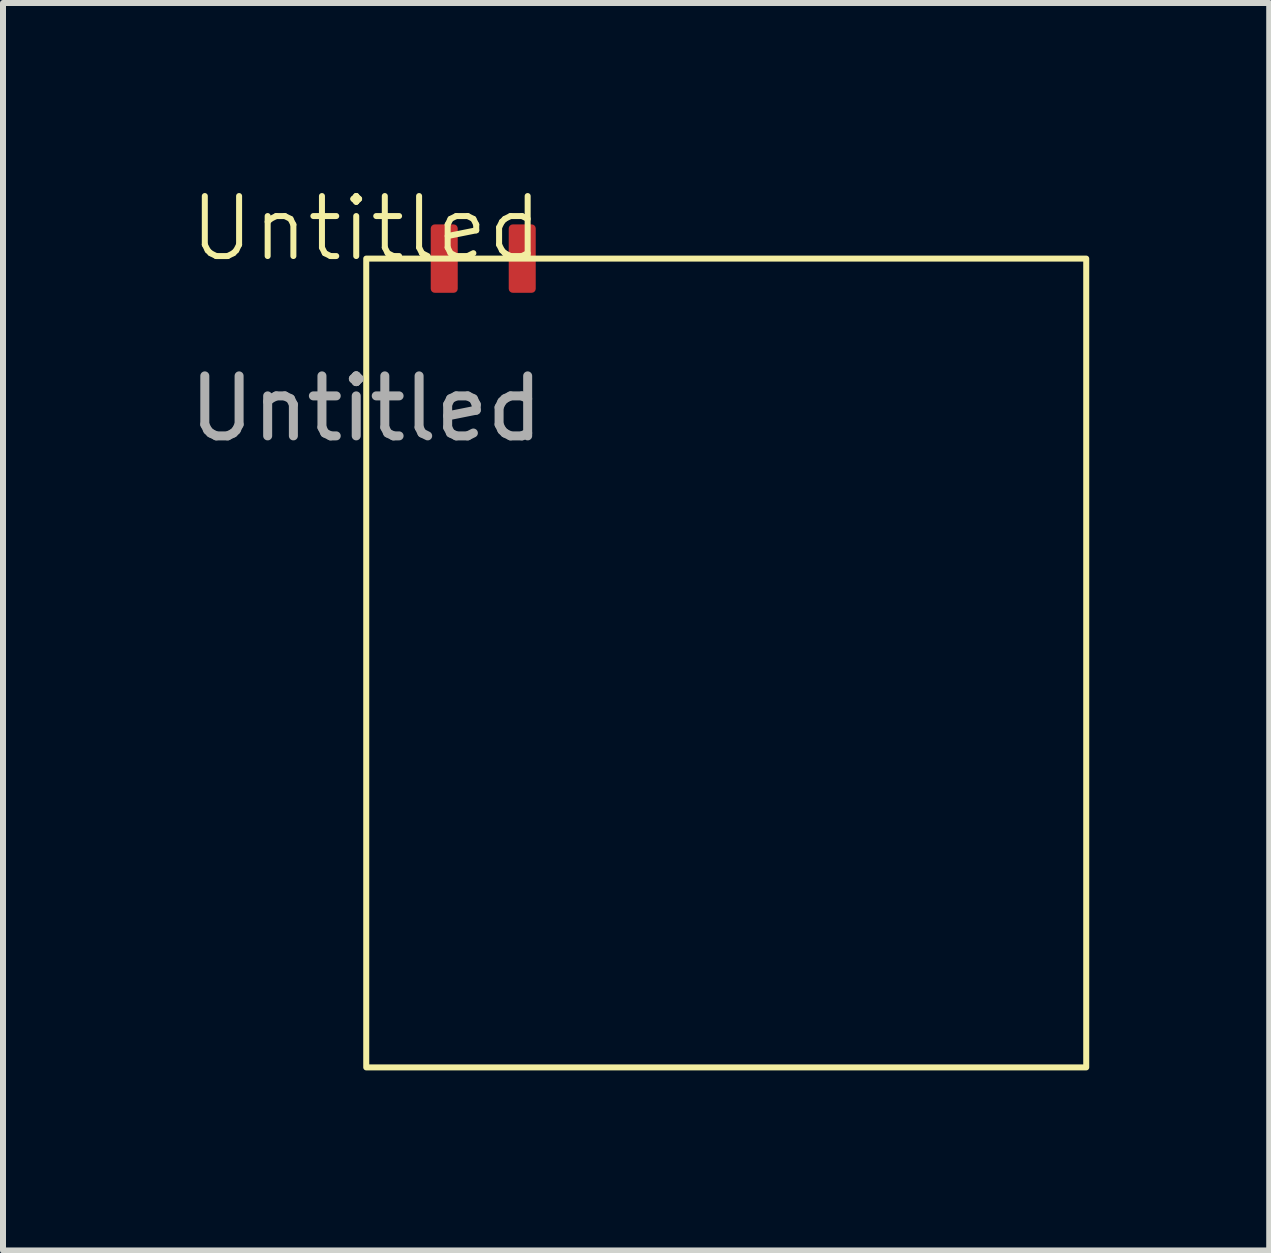
<source format=kicad_pcb>
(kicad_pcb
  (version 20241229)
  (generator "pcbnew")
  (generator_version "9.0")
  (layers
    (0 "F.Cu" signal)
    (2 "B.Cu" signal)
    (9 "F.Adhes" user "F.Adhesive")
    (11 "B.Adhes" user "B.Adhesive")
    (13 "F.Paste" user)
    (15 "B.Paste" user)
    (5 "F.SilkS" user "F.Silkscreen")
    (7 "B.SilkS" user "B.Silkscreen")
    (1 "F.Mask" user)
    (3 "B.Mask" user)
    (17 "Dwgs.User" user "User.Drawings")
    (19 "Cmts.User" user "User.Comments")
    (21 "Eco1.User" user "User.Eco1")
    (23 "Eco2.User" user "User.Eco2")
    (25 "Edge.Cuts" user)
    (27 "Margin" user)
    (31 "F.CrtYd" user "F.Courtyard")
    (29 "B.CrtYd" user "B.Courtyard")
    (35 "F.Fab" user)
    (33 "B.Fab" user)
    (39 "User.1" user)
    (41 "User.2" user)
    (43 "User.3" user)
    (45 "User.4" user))
  (footprint "Untitled"
    (layer "F.Cu")
    (at 3.054 1.26)
    (property "Reference" "Untitled" (at 0 -0.5 0) (unlocked yes) (layer "F.SilkS") (effects (font (size 1 1) (thickness 0.1))))
    (attr smd)
    (fp_rect (start 0 0) (end 12 13.48) (stroke (width 0.1) (type solid)) (fill no) (layer "F.SilkS"))
    (fp_text user "${REFERENCE}" (at 0 2.5 0) (unlocked yes) (layer "F.Fab") (effects (font (size 1 1) (thickness 0.15))))
    (pad "1" smd roundrect (at 1.3 0 90) (size 1.14 0.45) (layers "F.Cu" "F.Mask" "F.Paste") (roundrect_rratio 0.15))
    (pad "1" smd roundrect (at 2.6 0 90) (size 1.14 0.45) (layers "F.Cu" "F.Mask" "F.Paste") (roundrect_rratio 0.15)))
  (gr_rect
    (start -3 -3)
    (end 18.104 17.791)
    (stroke (width 0.1) (type default))
    (fill no)
    (layer "Edge.Cuts")))
</source>
